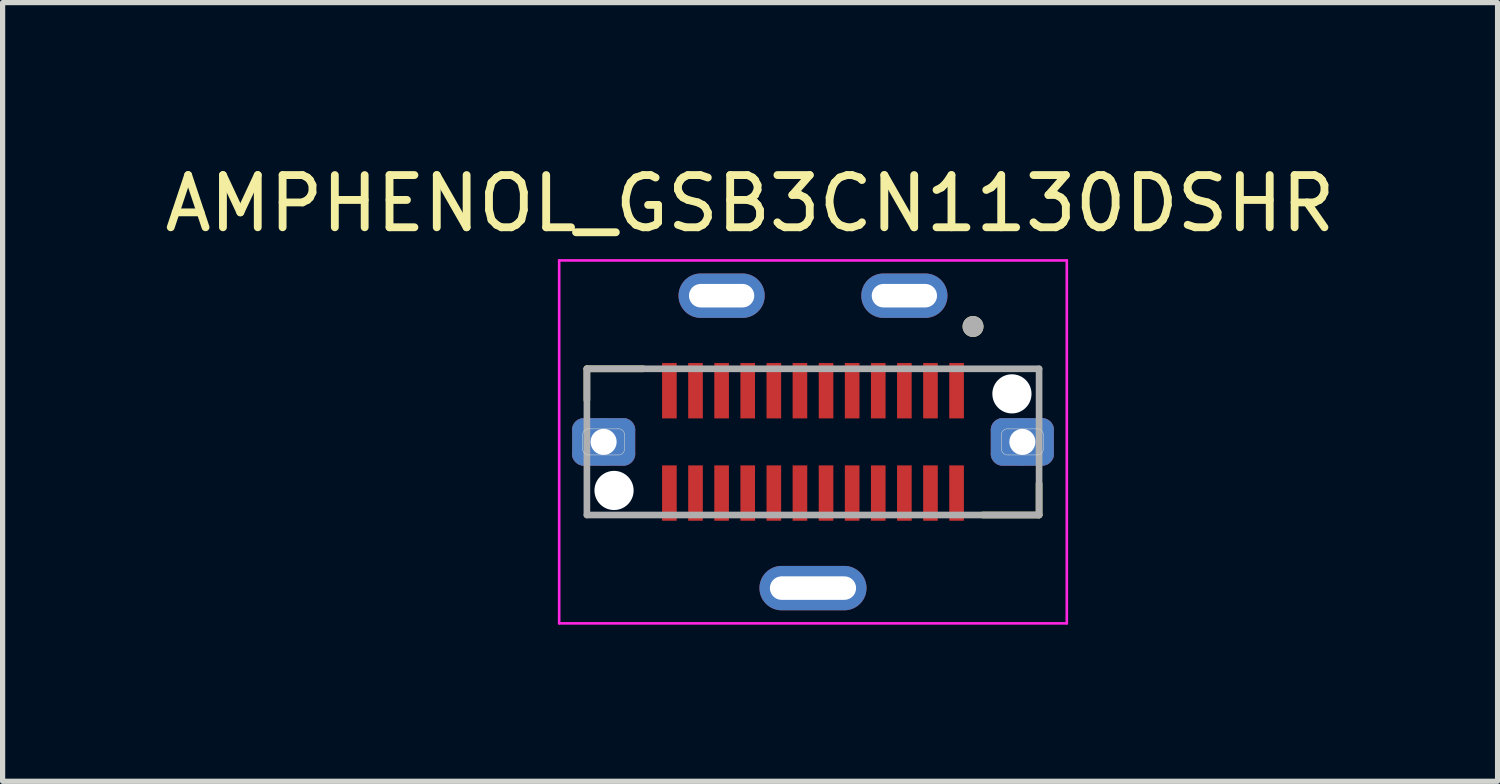
<source format=kicad_pcb>
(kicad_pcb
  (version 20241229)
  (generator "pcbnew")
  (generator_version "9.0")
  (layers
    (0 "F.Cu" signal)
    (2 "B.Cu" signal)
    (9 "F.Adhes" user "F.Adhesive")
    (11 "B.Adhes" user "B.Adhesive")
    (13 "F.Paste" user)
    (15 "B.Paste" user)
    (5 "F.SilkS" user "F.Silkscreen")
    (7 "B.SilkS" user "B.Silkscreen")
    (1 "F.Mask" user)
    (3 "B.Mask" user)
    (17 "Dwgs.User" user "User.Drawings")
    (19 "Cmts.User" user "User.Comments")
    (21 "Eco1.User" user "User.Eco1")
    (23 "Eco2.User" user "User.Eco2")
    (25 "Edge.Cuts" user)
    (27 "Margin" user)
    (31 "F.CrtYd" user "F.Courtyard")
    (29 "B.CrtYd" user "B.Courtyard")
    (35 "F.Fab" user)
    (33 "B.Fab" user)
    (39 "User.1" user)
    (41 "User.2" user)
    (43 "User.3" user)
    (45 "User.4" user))
  (footprint "AMPHENOL_GSB3CN1130DSHR"
    (layer "F.Cu")
    (at 12.52 5.413)
    (property "Reference" "AMPHENOL_GSB3CN1130DSHR" (at -1.205 -4.565 0) (layer "F.SilkS") (effects (font (size 1 1) (thickness 0.15))))
    (attr smd)
    (fp_poly (pts (xy -4.61 -0.2) (xy -4.611 -0.213) (xy -4.611 -0.225) (xy -4.611 -0.237) (xy -4.61 -0.249) (xy -4.609 -0.26) (xy -4.606 -0.272) (xy -4.604 -0.284) (xy -4.6 -0.295) (xy -4.596 -0.306) (xy -4.592 -0.317) (xy -4.587 -0.328) (xy -4.581 -0.338) (xy -4.575 -0.348) (xy -4.568 -0.358) (xy -4.561 -0.367) (xy -4.553 -0.376) (xy -4.545 -0.385) (xy -4.536 -0.393) (xy -4.527 -0.401) (xy -4.518 -0.408) (xy -4.508 -0.415) (xy -4.498 -0.421) (xy -4.488 -0.427) (xy -4.477 -0.432) (xy -4.466 -0.436) (xy -4.455 -0.44) (xy -4.444 -0.444) (xy -4.432 -0.446) (xy -4.42 -0.449) (xy -4.41 -0.45) (xy -3.61 -0.45) (xy -3.6 -0.449) (xy -3.588 -0.446) (xy -3.576 -0.444) (xy -3.565 -0.44) (xy -3.554 -0.436) (xy -3.543 -0.432) (xy -3.532 -0.427) (xy -3.522 -0.421) (xy -3.512 -0.415) (xy -3.502 -0.408) (xy -3.493 -0.401) (xy -3.484 -0.393) (xy -3.475 -0.385) (xy -3.467 -0.376) (xy -3.459 -0.367) (xy -3.452 -0.358) (xy -3.445 -0.348) (xy -3.439 -0.338) (xy -3.433 -0.328) (xy -3.428 -0.317) (xy -3.424 -0.306) (xy -3.42 -0.295) (xy -3.416 -0.284) (xy -3.414 -0.272) (xy -3.411 -0.26) (xy -3.41 -0.249) (xy -3.409 -0.237) (xy -3.409 -0.225) (xy -3.409 -0.213) (xy -3.41 -0.2) (xy -3.41 0.2) (xy -3.409 0.213) (xy -3.409 0.225) (xy -3.409 0.237) (xy -3.41 0.249) (xy -3.411 0.26) (xy -3.414 0.272) (xy -3.416 0.284) (xy -3.42 0.295) (xy -3.424 0.306) (xy -3.428 0.317) (xy -3.433 0.328) (xy -3.439 0.338) (xy -3.445 0.348) (xy -3.452 0.358) (xy -3.459 0.367) (xy -3.467 0.376) (xy -3.475 0.385) (xy -3.484 0.393) (xy -3.493 0.401) (xy -3.502 0.408) (xy -3.512 0.415) (xy -3.522 0.421) (xy -3.532 0.427) (xy -3.543 0.432) (xy -3.554 0.436) (xy -3.565 0.44) (xy -3.576 0.444) (xy -3.588 0.446) (xy -3.6 0.449) (xy -3.61 0.45) (xy -4.41 0.45) (xy -4.42 0.449) (xy -4.432 0.446) (xy -4.444 0.444) (xy -4.455 0.44) (xy -4.466 0.436) (xy -4.477 0.432) (xy -4.488 0.427) (xy -4.498 0.421) (xy -4.508 0.415) (xy -4.518 0.408) (xy -4.527 0.401) (xy -4.536 0.393) (xy -4.545 0.385) (xy -4.553 0.376) (xy -4.561 0.367) (xy -4.568 0.358) (xy -4.575 0.348) (xy -4.581 0.338) (xy -4.587 0.328) (xy -4.592 0.317) (xy -4.596 0.306) (xy -4.6 0.295) (xy -4.604 0.284) (xy -4.606 0.272) (xy -4.609 0.26) (xy -4.61 0.249) (xy -4.611 0.237) (xy -4.611 0.225) (xy -4.611 0.213) (xy -4.61 0.2) (xy -4.61 -0.2)) (stroke (width 0.01) (type solid)) (fill yes) (layer "F.Cu"))
    (fp_poly (pts (xy 3.41 -0.2) (xy 3.409 -0.213) (xy 3.409 -0.225) (xy 3.409 -0.237) (xy 3.41 -0.249) (xy 3.411 -0.26) (xy 3.414 -0.272) (xy 3.416 -0.284) (xy 3.42 -0.295) (xy 3.424 -0.306) (xy 3.428 -0.317) (xy 3.433 -0.328) (xy 3.439 -0.338) (xy 3.445 -0.348) (xy 3.452 -0.358) (xy 3.459 -0.367) (xy 3.467 -0.376) (xy 3.475 -0.385) (xy 3.484 -0.393) (xy 3.493 -0.401) (xy 3.502 -0.408) (xy 3.512 -0.415) (xy 3.522 -0.421) (xy 3.532 -0.427) (xy 3.543 -0.432) (xy 3.554 -0.436) (xy 3.565 -0.44) (xy 3.576 -0.444) (xy 3.588 -0.446) (xy 3.6 -0.449) (xy 3.61 -0.45) (xy 4.41 -0.45) (xy 4.42 -0.449) (xy 4.432 -0.446) (xy 4.444 -0.444) (xy 4.455 -0.44) (xy 4.466 -0.436) (xy 4.477 -0.432) (xy 4.488 -0.427) (xy 4.498 -0.421) (xy 4.508 -0.415) (xy 4.518 -0.408) (xy 4.527 -0.401) (xy 4.536 -0.393) (xy 4.545 -0.385) (xy 4.553 -0.376) (xy 4.561 -0.367) (xy 4.568 -0.358) (xy 4.575 -0.348) (xy 4.581 -0.338) (xy 4.587 -0.328) (xy 4.592 -0.317) (xy 4.596 -0.306) (xy 4.6 -0.295) (xy 4.604 -0.284) (xy 4.606 -0.272) (xy 4.609 -0.26) (xy 4.61 -0.249) (xy 4.611 -0.237) (xy 4.611 -0.225) (xy 4.611 -0.213) (xy 4.61 -0.2) (xy 4.61 0.2) (xy 4.611 0.213) (xy 4.611 0.225) (xy 4.611 0.237) (xy 4.61 0.249) (xy 4.609 0.26) (xy 4.606 0.272) (xy 4.604 0.284) (xy 4.6 0.295) (xy 4.596 0.306) (xy 4.592 0.317) (xy 4.587 0.328) (xy 4.581 0.338) (xy 4.575 0.348) (xy 4.568 0.358) (xy 4.561 0.367) (xy 4.553 0.376) (xy 4.545 0.385) (xy 4.536 0.393) (xy 4.527 0.401) (xy 4.518 0.408) (xy 4.508 0.415) (xy 4.498 0.421) (xy 4.488 0.427) (xy 4.477 0.432) (xy 4.466 0.436) (xy 4.455 0.44) (xy 4.444 0.444) (xy 4.432 0.446) (xy 4.42 0.449) (xy 4.41 0.45) (xy 3.61 0.45) (xy 3.6 0.449) (xy 3.588 0.446) (xy 3.576 0.444) (xy 3.565 0.44) (xy 3.554 0.436) (xy 3.543 0.432) (xy 3.532 0.427) (xy 3.522 0.421) (xy 3.512 0.415) (xy 3.502 0.408) (xy 3.493 0.401) (xy 3.484 0.393) (xy 3.475 0.385) (xy 3.467 0.376) (xy 3.459 0.367) (xy 3.452 0.358) (xy 3.445 0.348) (xy 3.439 0.338) (xy 3.433 0.328) (xy 3.428 0.317) (xy 3.424 0.306) (xy 3.42 0.295) (xy 3.416 0.284) (xy 3.414 0.272) (xy 3.411 0.26) (xy 3.41 0.249) (xy 3.409 0.237) (xy 3.409 0.225) (xy 3.409 0.213) (xy 3.41 0.2) (xy 3.41 -0.2)) (stroke (width 0.01) (type solid)) (fill yes) (layer "F.Cu"))
    (fp_poly (pts (xy -4.71 -0.2) (xy -4.711 -0.219) (xy -4.711 -0.236) (xy -4.71 -0.253) (xy -4.708 -0.27) (xy -4.705 -0.287) (xy -4.701 -0.304) (xy -4.697 -0.32) (xy -4.691 -0.336) (xy -4.685 -0.352) (xy -4.678 -0.368) (xy -4.67 -0.383) (xy -4.661 -0.398) (xy -4.652 -0.412) (xy -4.642 -0.426) (xy -4.631 -0.439) (xy -4.619 -0.451) (xy -4.607 -0.463) (xy -4.595 -0.475) (xy -4.581 -0.485) (xy -4.567 -0.495) (xy -4.553 -0.504) (xy -4.538 -0.513) (xy -4.523 -0.52) (xy -4.507 -0.527) (xy -4.491 -0.533) (xy -4.475 -0.538) (xy -4.458 -0.543) (xy -4.442 -0.546) (xy -4.425 -0.549) (xy -4.41 -0.55) (xy -3.61 -0.55) (xy -3.595 -0.549) (xy -3.578 -0.546) (xy -3.562 -0.543) (xy -3.545 -0.538) (xy -3.529 -0.533) (xy -3.513 -0.527) (xy -3.497 -0.52) (xy -3.482 -0.513) (xy -3.467 -0.504) (xy -3.453 -0.495) (xy -3.439 -0.485) (xy -3.425 -0.475) (xy -3.413 -0.463) (xy -3.401 -0.451) (xy -3.389 -0.439) (xy -3.378 -0.426) (xy -3.368 -0.412) (xy -3.359 -0.398) (xy -3.35 -0.383) (xy -3.342 -0.368) (xy -3.335 -0.352) (xy -3.329 -0.336) (xy -3.323 -0.32) (xy -3.319 -0.304) (xy -3.315 -0.287) (xy -3.312 -0.27) (xy -3.31 -0.253) (xy -3.309 -0.236) (xy -3.309 -0.219) (xy -3.31 -0.2) (xy -3.31 0.2) (xy -3.309 0.219) (xy -3.309 0.236) (xy -3.31 0.253) (xy -3.312 0.27) (xy -3.315 0.287) (xy -3.319 0.304) (xy -3.323 0.32) (xy -3.329 0.336) (xy -3.335 0.352) (xy -3.342 0.368) (xy -3.35 0.383) (xy -3.359 0.398) (xy -3.368 0.412) (xy -3.378 0.426) (xy -3.389 0.439) (xy -3.401 0.451) (xy -3.413 0.463) (xy -3.425 0.475) (xy -3.439 0.485) (xy -3.453 0.495) (xy -3.467 0.504) (xy -3.482 0.513) (xy -3.497 0.52) (xy -3.513 0.527) (xy -3.529 0.533) (xy -3.545 0.538) (xy -3.562 0.543) (xy -3.578 0.546) (xy -3.595 0.549) (xy -3.61 0.55) (xy -4.41 0.55) (xy -4.425 0.549) (xy -4.442 0.546) (xy -4.458 0.543) (xy -4.475 0.538) (xy -4.491 0.533) (xy -4.507 0.527) (xy -4.523 0.52) (xy -4.538 0.513) (xy -4.553 0.504) (xy -4.567 0.495) (xy -4.581 0.485) (xy -4.595 0.475) (xy -4.607 0.463) (xy -4.619 0.451) (xy -4.631 0.439) (xy -4.642 0.426) (xy -4.652 0.412) (xy -4.661 0.398) (xy -4.67 0.383) (xy -4.678 0.368) (xy -4.685 0.352) (xy -4.691 0.336) (xy -4.697 0.32) (xy -4.701 0.304) (xy -4.705 0.287) (xy -4.708 0.27) (xy -4.71 0.253) (xy -4.711 0.236) (xy -4.711 0.219) (xy -4.71 0.2) (xy -4.71 -0.2)) (stroke (width 0.01) (type solid)) (fill yes) (layer "F.Mask"))
    (fp_poly (pts (xy 3.31 -0.2) (xy 3.309 -0.219) (xy 3.309 -0.236) (xy 3.31 -0.253) (xy 3.312 -0.27) (xy 3.315 -0.287) (xy 3.319 -0.304) (xy 3.323 -0.32) (xy 3.329 -0.336) (xy 3.335 -0.352) (xy 3.342 -0.368) (xy 3.35 -0.383) (xy 3.359 -0.398) (xy 3.368 -0.412) (xy 3.378 -0.426) (xy 3.389 -0.439) (xy 3.401 -0.451) (xy 3.413 -0.463) (xy 3.425 -0.475) (xy 3.439 -0.485) (xy 3.453 -0.495) (xy 3.467 -0.504) (xy 3.482 -0.513) (xy 3.497 -0.52) (xy 3.513 -0.527) (xy 3.529 -0.533) (xy 3.545 -0.538) (xy 3.562 -0.543) (xy 3.578 -0.546) (xy 3.595 -0.549) (xy 3.61 -0.55) (xy 4.41 -0.55) (xy 4.425 -0.549) (xy 4.442 -0.546) (xy 4.458 -0.543) (xy 4.475 -0.538) (xy 4.491 -0.533) (xy 4.507 -0.527) (xy 4.523 -0.52) (xy 4.538 -0.513) (xy 4.553 -0.504) (xy 4.567 -0.495) (xy 4.581 -0.485) (xy 4.595 -0.475) (xy 4.607 -0.463) (xy 4.619 -0.451) (xy 4.631 -0.439) (xy 4.642 -0.426) (xy 4.652 -0.412) (xy 4.661 -0.398) (xy 4.67 -0.383) (xy 4.678 -0.368) (xy 4.685 -0.352) (xy 4.691 -0.336) (xy 4.697 -0.32) (xy 4.701 -0.304) (xy 4.705 -0.287) (xy 4.708 -0.27) (xy 4.71 -0.253) (xy 4.711 -0.236) (xy 4.711 -0.219) (xy 4.71 -0.2) (xy 4.71 0.2) (xy 4.711 0.219) (xy 4.711 0.236) (xy 4.71 0.253) (xy 4.708 0.27) (xy 4.705 0.287) (xy 4.701 0.304) (xy 4.697 0.32) (xy 4.691 0.336) (xy 4.685 0.352) (xy 4.678 0.368) (xy 4.67 0.383) (xy 4.661 0.398) (xy 4.652 0.412) (xy 4.642 0.426) (xy 4.631 0.439) (xy 4.619 0.451) (xy 4.607 0.463) (xy 4.595 0.475) (xy 4.581 0.485) (xy 4.567 0.495) (xy 4.553 0.504) (xy 4.538 0.513) (xy 4.523 0.52) (xy 4.507 0.527) (xy 4.491 0.533) (xy 4.475 0.538) (xy 4.458 0.543) (xy 4.442 0.546) (xy 4.425 0.549) (xy 4.41 0.55) (xy 3.61 0.55) (xy 3.595 0.549) (xy 3.578 0.546) (xy 3.562 0.543) (xy 3.545 0.538) (xy 3.529 0.533) (xy 3.513 0.527) (xy 3.497 0.52) (xy 3.482 0.513) (xy 3.467 0.504) (xy 3.453 0.495) (xy 3.439 0.485) (xy 3.425 0.475) (xy 3.413 0.463) (xy 3.401 0.451) (xy 3.389 0.439) (xy 3.378 0.426) (xy 3.368 0.412) (xy 3.359 0.398) (xy 3.35 0.383) (xy 3.342 0.368) (xy 3.335 0.352) (xy 3.329 0.336) (xy 3.323 0.32) (xy 3.319 0.304) (xy 3.315 0.287) (xy 3.312 0.27) (xy 3.31 0.253) (xy 3.309 0.236) (xy 3.309 0.219) (xy 3.31 0.2) (xy 3.31 -0.2)) (stroke (width 0.01) (type solid)) (fill yes) (layer "F.Mask"))
    (fp_poly (pts (xy -4.61 -0.2) (xy -4.611 -0.213) (xy -4.611 -0.225) (xy -4.611 -0.237) (xy -4.61 -0.249) (xy -4.609 -0.26) (xy -4.606 -0.272) (xy -4.604 -0.284) (xy -4.6 -0.295) (xy -4.596 -0.306) (xy -4.592 -0.317) (xy -4.587 -0.328) (xy -4.581 -0.338) (xy -4.575 -0.348) (xy -4.568 -0.358) (xy -4.561 -0.367) (xy -4.553 -0.376) (xy -4.545 -0.385) (xy -4.536 -0.393) (xy -4.527 -0.401) (xy -4.518 -0.408) (xy -4.508 -0.415) (xy -4.498 -0.421) (xy -4.488 -0.427) (xy -4.477 -0.432) (xy -4.466 -0.436) (xy -4.455 -0.44) (xy -4.444 -0.444) (xy -4.432 -0.446) (xy -4.42 -0.449) (xy -4.41 -0.45) (xy -3.61 -0.45) (xy -3.6 -0.449) (xy -3.588 -0.446) (xy -3.576 -0.444) (xy -3.565 -0.44) (xy -3.554 -0.436) (xy -3.543 -0.432) (xy -3.532 -0.427) (xy -3.522 -0.421) (xy -3.512 -0.415) (xy -3.502 -0.408) (xy -3.493 -0.401) (xy -3.484 -0.393) (xy -3.475 -0.385) (xy -3.467 -0.376) (xy -3.459 -0.367) (xy -3.452 -0.358) (xy -3.445 -0.348) (xy -3.439 -0.338) (xy -3.433 -0.328) (xy -3.428 -0.317) (xy -3.424 -0.306) (xy -3.42 -0.295) (xy -3.416 -0.284) (xy -3.414 -0.272) (xy -3.411 -0.26) (xy -3.41 -0.249) (xy -3.409 -0.237) (xy -3.409 -0.225) (xy -3.409 -0.213) (xy -3.41 -0.2) (xy -3.41 0.2) (xy -3.409 0.213) (xy -3.409 0.225) (xy -3.409 0.237) (xy -3.41 0.249) (xy -3.411 0.26) (xy -3.414 0.272) (xy -3.416 0.284) (xy -3.42 0.295) (xy -3.424 0.306) (xy -3.428 0.317) (xy -3.433 0.328) (xy -3.439 0.338) (xy -3.445 0.348) (xy -3.452 0.358) (xy -3.459 0.367) (xy -3.467 0.376) (xy -3.475 0.385) (xy -3.484 0.393) (xy -3.493 0.401) (xy -3.502 0.408) (xy -3.512 0.415) (xy -3.522 0.421) (xy -3.532 0.427) (xy -3.543 0.432) (xy -3.554 0.436) (xy -3.565 0.44) (xy -3.576 0.444) (xy -3.588 0.446) (xy -3.6 0.449) (xy -3.61 0.45) (xy -4.41 0.45) (xy -4.42 0.449) (xy -4.432 0.446) (xy -4.444 0.444) (xy -4.455 0.44) (xy -4.466 0.436) (xy -4.477 0.432) (xy -4.488 0.427) (xy -4.498 0.421) (xy -4.508 0.415) (xy -4.518 0.408) (xy -4.527 0.401) (xy -4.536 0.393) (xy -4.545 0.385) (xy -4.553 0.376) (xy -4.561 0.367) (xy -4.568 0.358) (xy -4.575 0.348) (xy -4.581 0.338) (xy -4.587 0.328) (xy -4.592 0.317) (xy -4.596 0.306) (xy -4.6 0.295) (xy -4.604 0.284) (xy -4.606 0.272) (xy -4.609 0.26) (xy -4.61 0.249) (xy -4.611 0.237) (xy -4.611 0.225) (xy -4.611 0.213) (xy -4.61 0.2) (xy -4.61 -0.2)) (stroke (width 0.01) (type solid)) (fill yes) (layer "B.Cu"))
    (fp_poly (pts (xy 3.41 -0.2) (xy 3.409 -0.213) (xy 3.409 -0.225) (xy 3.409 -0.237) (xy 3.41 -0.249) (xy 3.411 -0.26) (xy 3.414 -0.272) (xy 3.416 -0.284) (xy 3.42 -0.295) (xy 3.424 -0.306) (xy 3.428 -0.317) (xy 3.433 -0.328) (xy 3.439 -0.338) (xy 3.445 -0.348) (xy 3.452 -0.358) (xy 3.459 -0.367) (xy 3.467 -0.376) (xy 3.475 -0.385) (xy 3.484 -0.393) (xy 3.493 -0.401) (xy 3.502 -0.408) (xy 3.512 -0.415) (xy 3.522 -0.421) (xy 3.532 -0.427) (xy 3.543 -0.432) (xy 3.554 -0.436) (xy 3.565 -0.44) (xy 3.576 -0.444) (xy 3.588 -0.446) (xy 3.6 -0.449) (xy 3.61 -0.45) (xy 4.41 -0.45) (xy 4.42 -0.449) (xy 4.432 -0.446) (xy 4.444 -0.444) (xy 4.455 -0.44) (xy 4.466 -0.436) (xy 4.477 -0.432) (xy 4.488 -0.427) (xy 4.498 -0.421) (xy 4.508 -0.415) (xy 4.518 -0.408) (xy 4.527 -0.401) (xy 4.536 -0.393) (xy 4.545 -0.385) (xy 4.553 -0.376) (xy 4.561 -0.367) (xy 4.568 -0.358) (xy 4.575 -0.348) (xy 4.581 -0.338) (xy 4.587 -0.328) (xy 4.592 -0.317) (xy 4.596 -0.306) (xy 4.6 -0.295) (xy 4.604 -0.284) (xy 4.606 -0.272) (xy 4.609 -0.26) (xy 4.61 -0.249) (xy 4.611 -0.237) (xy 4.611 -0.225) (xy 4.611 -0.213) (xy 4.61 -0.2) (xy 4.61 0.2) (xy 4.611 0.213) (xy 4.611 0.225) (xy 4.611 0.237) (xy 4.61 0.249) (xy 4.609 0.26) (xy 4.606 0.272) (xy 4.604 0.284) (xy 4.6 0.295) (xy 4.596 0.306) (xy 4.592 0.317) (xy 4.587 0.328) (xy 4.581 0.338) (xy 4.575 0.348) (xy 4.568 0.358) (xy 4.561 0.367) (xy 4.553 0.376) (xy 4.545 0.385) (xy 4.536 0.393) (xy 4.527 0.401) (xy 4.518 0.408) (xy 4.508 0.415) (xy 4.498 0.421) (xy 4.488 0.427) (xy 4.477 0.432) (xy 4.466 0.436) (xy 4.455 0.44) (xy 4.444 0.444) (xy 4.432 0.446) (xy 4.42 0.449) (xy 4.41 0.45) (xy 3.61 0.45) (xy 3.6 0.449) (xy 3.588 0.446) (xy 3.576 0.444) (xy 3.565 0.44) (xy 3.554 0.436) (xy 3.543 0.432) (xy 3.532 0.427) (xy 3.522 0.421) (xy 3.512 0.415) (xy 3.502 0.408) (xy 3.493 0.401) (xy 3.484 0.393) (xy 3.475 0.385) (xy 3.467 0.376) (xy 3.459 0.367) (xy 3.452 0.358) (xy 3.445 0.348) (xy 3.439 0.338) (xy 3.433 0.328) (xy 3.428 0.317) (xy 3.424 0.306) (xy 3.42 0.295) (xy 3.416 0.284) (xy 3.414 0.272) (xy 3.411 0.26) (xy 3.41 0.249) (xy 3.409 0.237) (xy 3.409 0.225) (xy 3.409 0.213) (xy 3.41 0.2) (xy 3.41 -0.2)) (stroke (width 0.01) (type solid)) (fill yes) (layer "B.Cu"))
    (fp_poly (pts (xy -4.71 -0.2) (xy -4.711 -0.219) (xy -4.711 -0.236) (xy -4.71 -0.253) (xy -4.708 -0.27) (xy -4.705 -0.287) (xy -4.701 -0.304) (xy -4.697 -0.32) (xy -4.691 -0.336) (xy -4.685 -0.352) (xy -4.678 -0.368) (xy -4.67 -0.383) (xy -4.661 -0.398) (xy -4.652 -0.412) (xy -4.642 -0.426) (xy -4.631 -0.439) (xy -4.619 -0.451) (xy -4.607 -0.463) (xy -4.595 -0.475) (xy -4.581 -0.485) (xy -4.567 -0.495) (xy -4.553 -0.504) (xy -4.538 -0.513) (xy -4.523 -0.52) (xy -4.507 -0.527) (xy -4.491 -0.533) (xy -4.475 -0.538) (xy -4.458 -0.543) (xy -4.442 -0.546) (xy -4.425 -0.549) (xy -4.41 -0.55) (xy -3.61 -0.55) (xy -3.595 -0.549) (xy -3.578 -0.546) (xy -3.562 -0.543) (xy -3.545 -0.538) (xy -3.529 -0.533) (xy -3.513 -0.527) (xy -3.497 -0.52) (xy -3.482 -0.513) (xy -3.467 -0.504) (xy -3.453 -0.495) (xy -3.439 -0.485) (xy -3.425 -0.475) (xy -3.413 -0.463) (xy -3.401 -0.451) (xy -3.389 -0.439) (xy -3.378 -0.426) (xy -3.368 -0.412) (xy -3.359 -0.398) (xy -3.35 -0.383) (xy -3.342 -0.368) (xy -3.335 -0.352) (xy -3.329 -0.336) (xy -3.323 -0.32) (xy -3.319 -0.304) (xy -3.315 -0.287) (xy -3.312 -0.27) (xy -3.31 -0.253) (xy -3.309 -0.236) (xy -3.309 -0.219) (xy -3.31 -0.2) (xy -3.31 0.2) (xy -3.309 0.219) (xy -3.309 0.236) (xy -3.31 0.253) (xy -3.312 0.27) (xy -3.315 0.287) (xy -3.319 0.304) (xy -3.323 0.32) (xy -3.329 0.336) (xy -3.335 0.352) (xy -3.342 0.368) (xy -3.35 0.383) (xy -3.359 0.398) (xy -3.368 0.412) (xy -3.378 0.426) (xy -3.389 0.439) (xy -3.401 0.451) (xy -3.413 0.463) (xy -3.425 0.475) (xy -3.439 0.485) (xy -3.453 0.495) (xy -3.467 0.504) (xy -3.482 0.513) (xy -3.497 0.52) (xy -3.513 0.527) (xy -3.529 0.533) (xy -3.545 0.538) (xy -3.562 0.543) (xy -3.578 0.546) (xy -3.595 0.549) (xy -3.61 0.55) (xy -4.41 0.55) (xy -4.425 0.549) (xy -4.442 0.546) (xy -4.458 0.543) (xy -4.475 0.538) (xy -4.491 0.533) (xy -4.507 0.527) (xy -4.523 0.52) (xy -4.538 0.513) (xy -4.553 0.504) (xy -4.567 0.495) (xy -4.581 0.485) (xy -4.595 0.475) (xy -4.607 0.463) (xy -4.619 0.451) (xy -4.631 0.439) (xy -4.642 0.426) (xy -4.652 0.412) (xy -4.661 0.398) (xy -4.67 0.383) (xy -4.678 0.368) (xy -4.685 0.352) (xy -4.691 0.336) (xy -4.697 0.32) (xy -4.701 0.304) (xy -4.705 0.287) (xy -4.708 0.27) (xy -4.71 0.253) (xy -4.711 0.236) (xy -4.711 0.219) (xy -4.71 0.2) (xy -4.71 -0.2)) (stroke (width 0.01) (type solid)) (fill yes) (layer "B.Mask"))
    (fp_poly (pts (xy 3.31 -0.2) (xy 3.309 -0.219) (xy 3.309 -0.236) (xy 3.31 -0.253) (xy 3.312 -0.27) (xy 3.315 -0.287) (xy 3.319 -0.304) (xy 3.323 -0.32) (xy 3.329 -0.336) (xy 3.335 -0.352) (xy 3.342 -0.368) (xy 3.35 -0.383) (xy 3.359 -0.398) (xy 3.368 -0.412) (xy 3.378 -0.426) (xy 3.389 -0.439) (xy 3.401 -0.451) (xy 3.413 -0.463) (xy 3.425 -0.475) (xy 3.439 -0.485) (xy 3.453 -0.495) (xy 3.467 -0.504) (xy 3.482 -0.513) (xy 3.497 -0.52) (xy 3.513 -0.527) (xy 3.529 -0.533) (xy 3.545 -0.538) (xy 3.562 -0.543) (xy 3.578 -0.546) (xy 3.595 -0.549) (xy 3.61 -0.55) (xy 4.41 -0.55) (xy 4.425 -0.549) (xy 4.442 -0.546) (xy 4.458 -0.543) (xy 4.475 -0.538) (xy 4.491 -0.533) (xy 4.507 -0.527) (xy 4.523 -0.52) (xy 4.538 -0.513) (xy 4.553 -0.504) (xy 4.567 -0.495) (xy 4.581 -0.485) (xy 4.595 -0.475) (xy 4.607 -0.463) (xy 4.619 -0.451) (xy 4.631 -0.439) (xy 4.642 -0.426) (xy 4.652 -0.412) (xy 4.661 -0.398) (xy 4.67 -0.383) (xy 4.678 -0.368) (xy 4.685 -0.352) (xy 4.691 -0.336) (xy 4.697 -0.32) (xy 4.701 -0.304) (xy 4.705 -0.287) (xy 4.708 -0.27) (xy 4.71 -0.253) (xy 4.711 -0.236) (xy 4.711 -0.219) (xy 4.71 -0.2) (xy 4.71 0.2) (xy 4.711 0.219) (xy 4.711 0.236) (xy 4.71 0.253) (xy 4.708 0.27) (xy 4.705 0.287) (xy 4.701 0.304) (xy 4.697 0.32) (xy 4.691 0.336) (xy 4.685 0.352) (xy 4.678 0.368) (xy 4.67 0.383) (xy 4.661 0.398) (xy 4.652 0.412) (xy 4.642 0.426) (xy 4.631 0.439) (xy 4.619 0.451) (xy 4.607 0.463) (xy 4.595 0.475) (xy 4.581 0.485) (xy 4.567 0.495) (xy 4.553 0.504) (xy 4.538 0.513) (xy 4.523 0.52) (xy 4.507 0.527) (xy 4.491 0.533) (xy 4.475 0.538) (xy 4.458 0.543) (xy 4.442 0.546) (xy 4.425 0.549) (xy 4.41 0.55) (xy 3.61 0.55) (xy 3.595 0.549) (xy 3.578 0.546) (xy 3.562 0.543) (xy 3.545 0.538) (xy 3.529 0.533) (xy 3.513 0.527) (xy 3.497 0.52) (xy 3.482 0.513) (xy 3.467 0.504) (xy 3.453 0.495) (xy 3.439 0.485) (xy 3.425 0.475) (xy 3.413 0.463) (xy 3.401 0.451) (xy 3.389 0.439) (xy 3.378 0.426) (xy 3.368 0.412) (xy 3.359 0.398) (xy 3.35 0.383) (xy 3.342 0.368) (xy 3.335 0.352) (xy 3.329 0.336) (xy 3.323 0.32) (xy 3.319 0.304) (xy 3.315 0.287) (xy 3.312 0.27) (xy 3.31 0.253) (xy 3.309 0.236) (xy 3.309 0.219) (xy 3.31 0.2) (xy 3.31 -0.2)) (stroke (width 0.01) (type solid)) (fill yes) (layer "B.Mask"))
    (fp_line (start -4.33 -1.4) (end -4.33 -0.8) (stroke (width 0.127) (type solid)) (layer "F.SilkS"))
    (fp_line (start -3.25 -1.4) (end -4.33 -1.4) (stroke (width 0.127) (type solid)) (layer "F.SilkS"))
    (fp_line (start 3.25 1.4) (end 4.33 1.4) (stroke (width 0.127) (type solid)) (layer "F.SilkS"))
    (fp_line (start 4.33 1.4) (end 4.33 0.8) (stroke (width 0.127) (type solid)) (layer "F.SilkS"))
    (fp_circle (center 3.065 -2.21) (end 3.165 -2.21) (stroke (width 0.2) (type solid)) (fill no) (layer "F.SilkS"))
    (fp_line (start -4.41 0.15) (end -4.41 -0.15) (stroke (width 0.01) (type solid)) (layer "Edge.Cuts"))
    (fp_line (start -4.28 -0.25) (end -3.74 -0.25) (stroke (width 0.01) (type solid)) (layer "Edge.Cuts"))
    (fp_line (start -3.74 0.25) (end -4.28 0.25) (stroke (width 0.01) (type solid)) (layer "Edge.Cuts"))
    (fp_line (start -3.61 -0.15) (end -3.61 0.15) (stroke (width 0.01) (type solid)) (layer "Edge.Cuts"))
    (fp_line (start 3.61 0.15) (end 3.61 -0.15) (stroke (width 0.01) (type solid)) (layer "Edge.Cuts"))
    (fp_line (start 3.74 -0.25) (end 4.28 -0.25) (stroke (width 0.01) (type solid)) (layer "Edge.Cuts"))
    (fp_line (start 4.28 0.25) (end 3.74 0.25) (stroke (width 0.01) (type solid)) (layer "Edge.Cuts"))
    (fp_line (start 4.41 -0.15) (end 4.41 0.15) (stroke (width 0.01) (type solid)) (layer "Edge.Cuts"))
    (fp_arc (start -4.41 -0.15) (mid -4.365711 -0.226924) (end -4.28 -0.25) (stroke (width 0.01) (type solid)) (layer "Edge.Cuts"))
    (fp_arc (start -4.28 0.25) (mid -4.365711 0.226924) (end -4.41 0.15) (stroke (width 0.01) (type solid)) (layer "Edge.Cuts"))
    (fp_arc (start -3.74 -0.25) (mid -3.654289 -0.226924) (end -3.61 -0.15) (stroke (width 0.01) (type solid)) (layer "Edge.Cuts"))
    (fp_arc (start -3.61 0.15) (mid -3.654289 0.226924) (end -3.74 0.25) (stroke (width 0.01) (type solid)) (layer "Edge.Cuts"))
    (fp_arc (start 3.61 -0.15) (mid 3.654289 -0.226924) (end 3.74 -0.25) (stroke (width 0.01) (type solid)) (layer "Edge.Cuts"))
    (fp_arc (start 3.74 0.25) (mid 3.654289 0.226924) (end 3.61 0.15) (stroke (width 0.01) (type solid)) (layer "Edge.Cuts"))
    (fp_arc (start 4.28 -0.25) (mid 4.365711 -0.226924) (end 4.41 -0.15) (stroke (width 0.01) (type solid)) (layer "Edge.Cuts"))
    (fp_arc (start 4.41 0.15) (mid 4.365711 0.226924) (end 4.28 0.25) (stroke (width 0.01) (type solid)) (layer "Edge.Cuts"))
    (fp_line (start -4.861 -3.475) (end -4.861 3.475) (stroke (width 0.05) (type solid)) (layer "F.CrtYd"))
    (fp_line (start -4.861 3.475) (end 4.861 3.475) (stroke (width 0.05) (type solid)) (layer "F.CrtYd"))
    (fp_line (start 4.861 -3.475) (end -4.861 -3.475) (stroke (width 0.05) (type solid)) (layer "F.CrtYd"))
    (fp_line (start 4.861 3.475) (end 4.861 -3.475) (stroke (width 0.05) (type solid)) (layer "F.CrtYd"))
    (fp_line (start -4.33 -1.4) (end 4.33 -1.4) (stroke (width 0.127) (type solid)) (layer "F.Fab"))
    (fp_line (start -4.33 1.4) (end -4.33 -1.4) (stroke (width 0.127) (type solid)) (layer "F.Fab"))
    (fp_line (start 4.33 -1.4) (end 4.33 1.4) (stroke (width 0.127) (type solid)) (layer "F.Fab"))
    (fp_line (start 4.33 1.4) (end -4.33 1.4) (stroke (width 0.127) (type solid)) (layer "F.Fab"))
    (fp_circle (center 3.065 -2.21) (end 3.165 -2.21) (stroke (width 0.2) (type solid)) (fill no) (layer "F.Fab"))
    (pad "" np_thru_hole circle (at -3.81 0.93) (size 0.75 0.75) (drill 0.75) (layers "*.Cu" "*.Mask"))
    (pad "" np_thru_hole circle (at 3.81 -0.92) (size 0.75 0.75) (drill 0.75) (layers "*.Cu" "*.Mask"))
    (pad "A1" smd rect (at 2.75 -0.98) (size 0.28 1.06) (layers "F.Cu" "F.Mask" "F.Paste"))
    (pad "A2" smd rect (at 2.25 -0.98) (size 0.28 1.06) (layers "F.Cu" "F.Mask" "F.Paste"))
    (pad "A3" smd rect (at 1.75 -0.98) (size 0.28 1.06) (layers "F.Cu" "F.Mask" "F.Paste"))
    (pad "A4" smd rect (at 1.25 -0.98) (size 0.28 1.06) (layers "F.Cu" "F.Mask" "F.Paste"))
    (pad "A5" smd rect (at 0.75 -0.98) (size 0.28 1.06) (layers "F.Cu" "F.Mask" "F.Paste"))
    (pad "A6" smd rect (at 0.25 -0.98) (size 0.28 1.06) (layers "F.Cu" "F.Mask" "F.Paste"))
    (pad "A7" smd rect (at -0.25 -0.98) (size 0.28 1.06) (layers "F.Cu" "F.Mask" "F.Paste"))
    (pad "A8" smd rect (at -0.75 -0.98) (size 0.28 1.06) (layers "F.Cu" "F.Mask" "F.Paste"))
    (pad "A9" smd rect (at -1.25 -0.98) (size 0.28 1.06) (layers "F.Cu" "F.Mask" "F.Paste"))
    (pad "A10" smd rect (at -1.75 -0.98) (size 0.28 1.06) (layers "F.Cu" "F.Mask" "F.Paste"))
    (pad "A11" smd rect (at -2.25 -0.98) (size 0.28 1.06) (layers "F.Cu" "F.Mask" "F.Paste"))
    (pad "A12" smd rect (at -2.75 -0.98) (size 0.28 1.06) (layers "F.Cu" "F.Mask" "F.Paste"))
    (pad "B1" smd rect (at 2.75 0.98) (size 0.28 1.06) (layers "F.Cu" "F.Mask" "F.Paste"))
    (pad "B2" smd rect (at 2.25 0.98) (size 0.28 1.06) (layers "F.Cu" "F.Mask" "F.Paste"))
    (pad "B3" smd rect (at 1.75 0.98) (size 0.28 1.06) (layers "F.Cu" "F.Mask" "F.Paste"))
    (pad "B4" smd rect (at 1.25 0.98) (size 0.28 1.06) (layers "F.Cu" "F.Mask" "F.Paste"))
    (pad "B5" smd rect (at 0.75 0.98) (size 0.28 1.06) (layers "F.Cu" "F.Mask" "F.Paste"))
    (pad "B6" smd rect (at 0.25 0.98) (size 0.28 1.06) (layers "F.Cu" "F.Mask" "F.Paste"))
    (pad "B7" smd rect (at -0.25 0.98) (size 0.28 1.06) (layers "F.Cu" "F.Mask" "F.Paste"))
    (pad "B8" smd rect (at -0.75 0.98) (size 0.28 1.06) (layers "F.Cu" "F.Mask" "F.Paste"))
    (pad "B9" smd rect (at -1.25 0.98) (size 0.28 1.06) (layers "F.Cu" "F.Mask" "F.Paste"))
    (pad "B10" smd rect (at -1.75 0.98) (size 0.28 1.06) (layers "F.Cu" "F.Mask" "F.Paste"))
    (pad "B11" smd rect (at -2.25 0.98) (size 0.28 1.06) (layers "F.Cu" "F.Mask" "F.Paste"))
    (pad "B12" smd rect (at -2.75 0.98) (size 0.28 1.06) (layers "F.Cu" "F.Mask" "F.Paste"))
    (pad "SH1" thru_hole oval (at -1.75 -2.8) (size 1.65 0.85) (drill oval 1.25 0.45) (layers "*.Cu" "*.Mask"))
    (pad "SH2" thru_hole circle (at -4.01 0) (size 0.9 0.9) (drill 0.5) (layers "*.Cu"))
    (pad "SH3" thru_hole oval (at 1.75 -2.8) (size 1.65 0.85) (drill oval 1.25 0.45) (layers "*.Cu" "*.Mask"))
    (pad "SH4" thru_hole oval (at 0 2.8) (size 2.05 0.85) (drill oval 1.65 0.45) (layers "*.Cu" "*.Mask"))
    (pad "SH5" thru_hole circle (at 4.01 0) (size 0.9 0.9) (drill 0.5) (layers "*.Cu")))
  (gr_rect
    (start -3 -3)
    (end 25.631 11.913)
    (stroke (width 0.1) (type default))
    (fill no)
    (layer "Edge.Cuts")))
</source>
